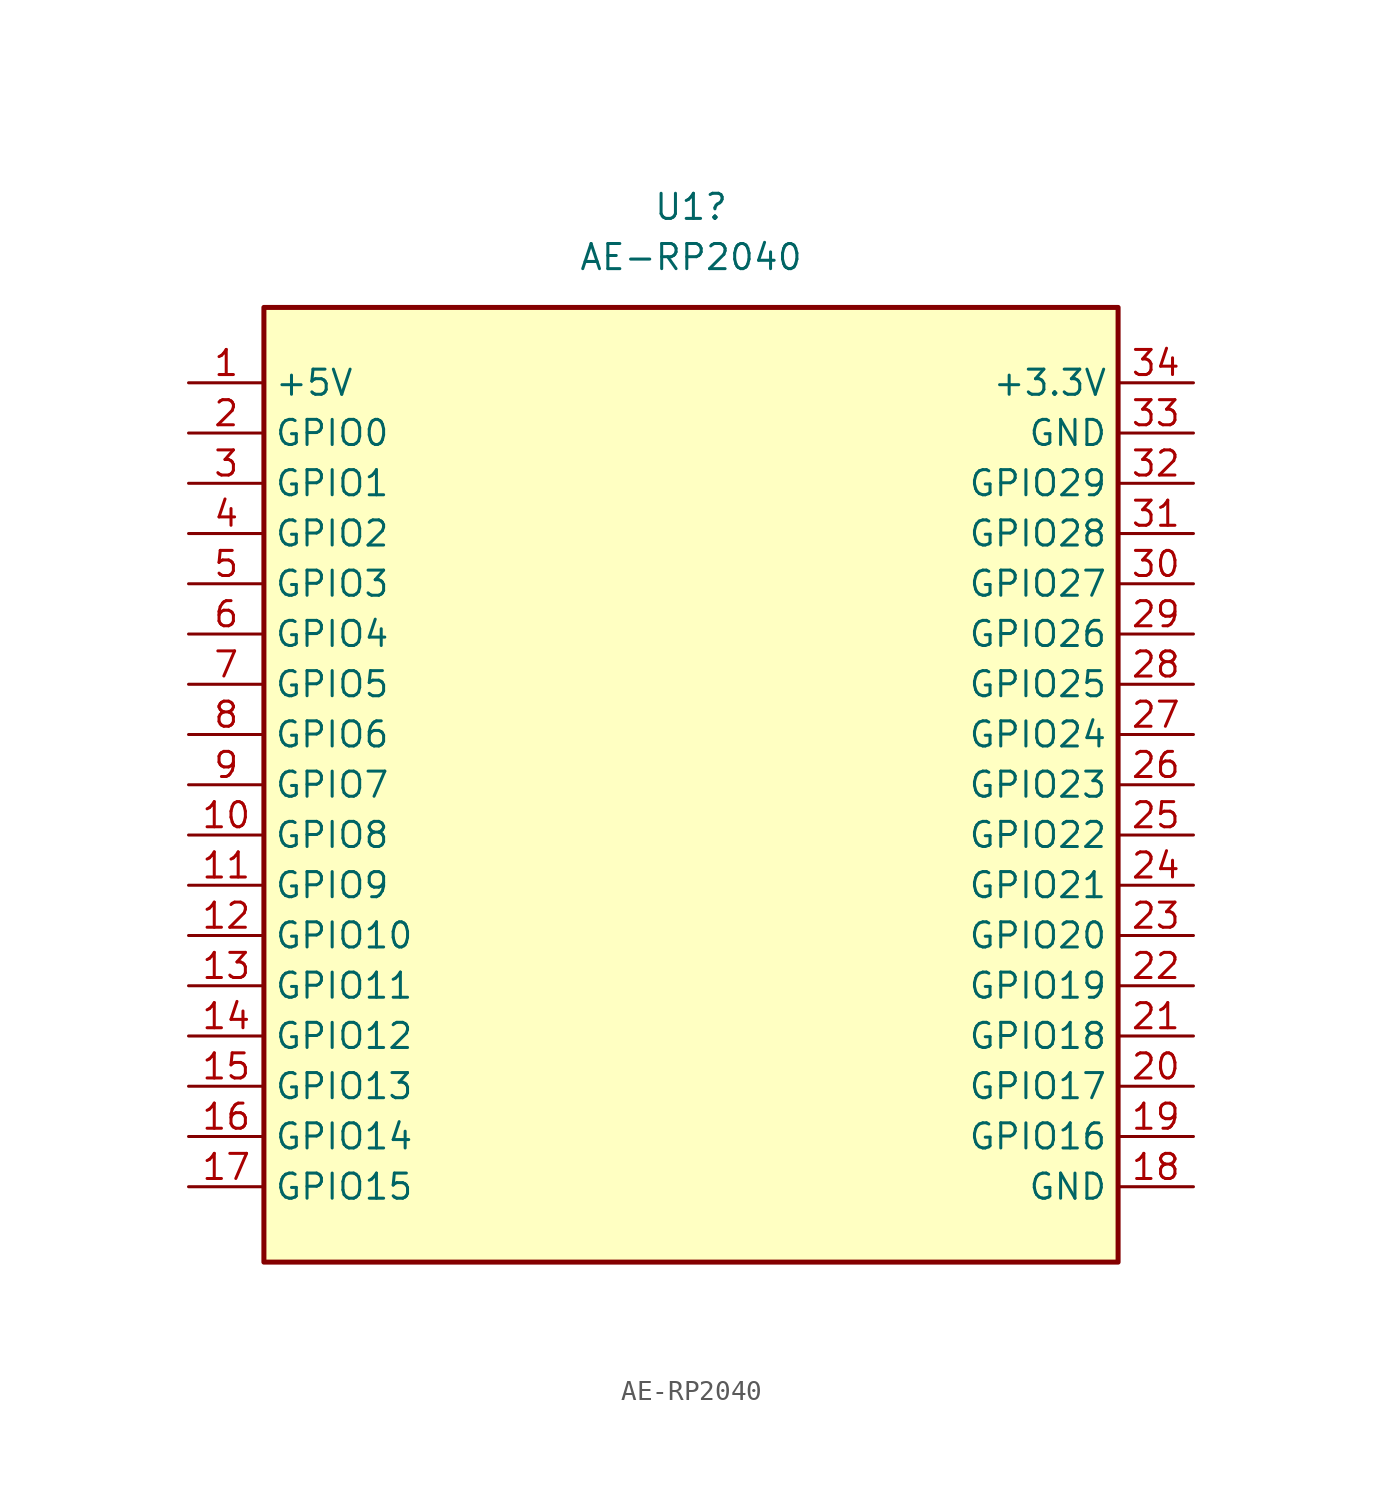
<source format=kicad_sym>
(kicad_symbol_lib
  (version 20231120)
  (generator "kicad_symbol_editor")
  (generator_version "8.0")
  (symbol "AE-RP2040"
    (property "Reference" "U1"
      (at 0 46.99 0)
      (effects (font (size 1.27 1.27))))
    (property "Value" "AE-RP2040"
      (at 0 44.45 0)
      (effects (font (size 1.27 1.27))))
    (symbol "AE-RP2040_0_1"
      (rectangle (start -21.59 41.91) (end 21.59 -6.35) (stroke (width 0.254) (type default)) (fill (type background))))
    (symbol "AE-RP2040_1_1"
      (pin power_out line (at -25.4 38.1 0) (length 3.81) (name "+5V" (effects (font (size 1.27 1.27)))) (number "1" (effects (font (size 1.27 1.27)))))
      (pin bidirectional line (at -25.4 15.24 0) (length 3.81) (name "GPIO8" (effects (font (size 1.27 1.27)))) (number "10" (effects (font (size 1.27 1.27)))))
      (pin bidirectional line (at -25.4 12.7 0) (length 3.81) (name "GPIO9" (effects (font (size 1.27 1.27)))) (number "11" (effects (font (size 1.27 1.27)))))
      (pin bidirectional line (at -25.4 10.16 0) (length 3.81) (name "GPIO10" (effects (font (size 1.27 1.27)))) (number "12" (effects (font (size 1.27 1.27)))))
      (pin bidirectional line (at -25.4 7.62 0) (length 3.81) (name "GPIO11" (effects (font (size 1.27 1.27)))) (number "13" (effects (font (size 1.27 1.27)))))
      (pin bidirectional line (at -25.4 5.08 0) (length 3.81) (name "GPIO12" (effects (font (size 1.27 1.27)))) (number "14" (effects (font (size 1.27 1.27)))))
      (pin bidirectional line (at -25.4 2.54 0) (length 3.81) (name "GPIO13" (effects (font (size 1.27 1.27)))) (number "15" (effects (font (size 1.27 1.27)))))
      (pin bidirectional line (at -25.4 0 0) (length 3.81) (name "GPIO14" (effects (font (size 1.27 1.27)))) (number "16" (effects (font (size 1.27 1.27)))))
      (pin bidirectional line (at -25.4 -2.54 0) (length 3.81) (name "GPIO15" (effects (font (size 1.27 1.27)))) (number "17" (effects (font (size 1.27 1.27)))))
      (pin power_out line (at 25.4 -2.54 180) (length 3.81) (name "GND" (effects (font (size 1.27 1.27)))) (number "18" (effects (font (size 1.27 1.27)))))
      (pin bidirectional line (at 25.4 0 180) (length 3.81) (name "GPIO16" (effects (font (size 1.27 1.27)))) (number "19" (effects (font (size 1.27 1.27)))))
      (pin bidirectional line (at -25.4 35.56 0) (length 3.81) (name "GPIO0" (effects (font (size 1.27 1.27)))) (number "2" (effects (font (size 1.27 1.27)))))
      (pin bidirectional line (at 25.4 2.54 180) (length 3.81) (name "GPIO17" (effects (font (size 1.27 1.27)))) (number "20" (effects (font (size 1.27 1.27)))))
      (pin bidirectional line (at 25.4 5.08 180) (length 3.81) (name "GPIO18" (effects (font (size 1.27 1.27)))) (number "21" (effects (font (size 1.27 1.27)))))
      (pin bidirectional line (at 25.4 7.62 180) (length 3.81) (name "GPIO19" (effects (font (size 1.27 1.27)))) (number "22" (effects (font (size 1.27 1.27)))))
      (pin bidirectional line (at 25.4 10.16 180) (length 3.81) (name "GPIO20" (effects (font (size 1.27 1.27)))) (number "23" (effects (font (size 1.27 1.27)))))
      (pin bidirectional line (at 25.4 12.7 180) (length 3.81) (name "GPIO21" (effects (font (size 1.27 1.27)))) (number "24" (effects (font (size 1.27 1.27)))))
      (pin bidirectional line (at 25.4 15.24 180) (length 3.81) (name "GPIO22" (effects (font (size 1.27 1.27)))) (number "25" (effects (font (size 1.27 1.27)))))
      (pin bidirectional line (at 25.4 17.78 180) (length 3.81) (name "GPIO23" (effects (font (size 1.27 1.27)))) (number "26" (effects (font (size 1.27 1.27)))))
      (pin bidirectional line (at 25.4 20.32 180) (length 3.81) (name "GPIO24" (effects (font (size 1.27 1.27)))) (number "27" (effects (font (size 1.27 1.27)))))
      (pin bidirectional line (at 25.4 22.86 180) (length 3.81) (name "GPIO25" (effects (font (size 1.27 1.27)))) (number "28" (effects (font (size 1.27 1.27)))))
      (pin bidirectional line (at 25.4 25.4 180) (length 3.81) (name "GPIO26" (effects (font (size 1.27 1.27)))) (number "29" (effects (font (size 1.27 1.27)))))
      (pin bidirectional line (at -25.4 33.02 0) (length 3.81) (name "GPIO1" (effects (font (size 1.27 1.27)))) (number "3" (effects (font (size 1.27 1.27)))))
      (pin bidirectional line (at 25.4 27.94 180) (length 3.81) (name "GPIO27" (effects (font (size 1.27 1.27)))) (number "30" (effects (font (size 1.27 1.27)))))
      (pin bidirectional line (at 25.4 30.48 180) (length 3.81) (name "GPIO28" (effects (font (size 1.27 1.27)))) (number "31" (effects (font (size 1.27 1.27)))))
      (pin bidirectional line (at 25.4 33.02 180) (length 3.81) (name "GPIO29" (effects (font (size 1.27 1.27)))) (number "32" (effects (font (size 1.27 1.27)))))
      (pin power_out line (at 25.4 35.56 180) (length 3.81) (name "GND" (effects (font (size 1.27 1.27)))) (number "33" (effects (font (size 1.27 1.27)))))
      (pin power_out line (at 25.4 38.1 180) (length 3.81) (name "+3.3V" (effects (font (size 1.27 1.27)))) (number "34" (effects (font (size 1.27 1.27)))))
      (pin bidirectional line (at -25.4 30.48 0) (length 3.81) (name "GPIO2" (effects (font (size 1.27 1.27)))) (number "4" (effects (font (size 1.27 1.27)))))
      (pin bidirectional line (at -25.4 27.94 0) (length 3.81) (name "GPIO3" (effects (font (size 1.27 1.27)))) (number "5" (effects (font (size 1.27 1.27)))))
      (pin bidirectional line (at -25.4 25.4 0) (length 3.81) (name "GPIO4" (effects (font (size 1.27 1.27)))) (number "6" (effects (font (size 1.27 1.27)))))
      (pin bidirectional line (at -25.4 22.86 0) (length 3.81) (name "GPIO5" (effects (font (size 1.27 1.27)))) (number "7" (effects (font (size 1.27 1.27)))))
      (pin bidirectional line (at -25.4 20.32 0) (length 3.81) (name "GPIO6" (effects (font (size 1.27 1.27)))) (number "8" (effects (font (size 1.27 1.27)))))
      (pin bidirectional line (at -25.4 17.78 0) (length 3.81) (name "GPIO7" (effects (font (size 1.27 1.27)))) (number "9" (effects (font (size 1.27 1.27))))))))
</source>
